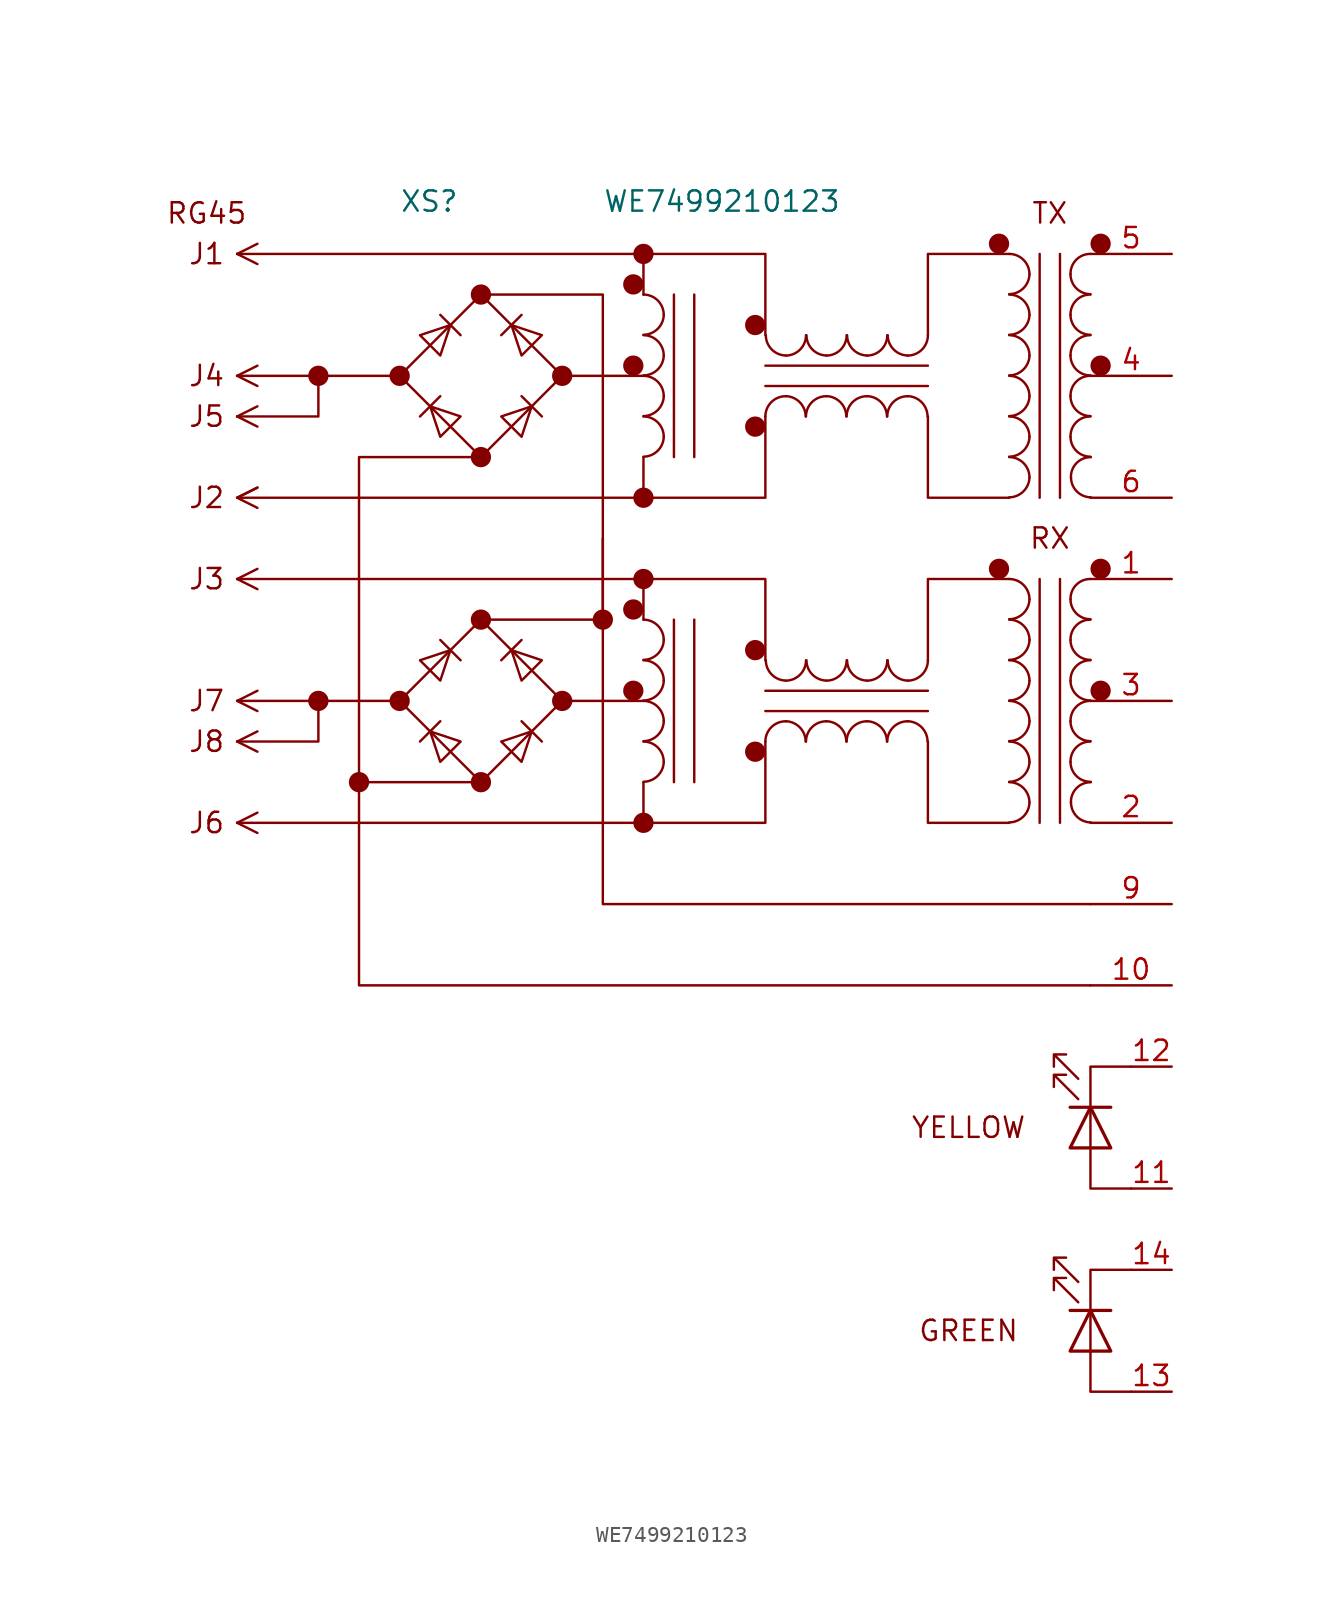
<source format=kicad_sym>
(kicad_symbol_lib
  (version 20220914)
  (generator kicad_symbol_editor)
  (symbol "WE7499210123"
    (pin_names
      (offset 1.016))
    (property "Reference" "XS"
      (at 10.16 2.54 0)
      (effects (font (size 1.27 1.27)) (justify left bottom)))
    (property "Value" "WE7499210123"
      (at 22.86 2.54 0)
      (effects (font (size 1.27 1.27)) (justify left bottom)))
    (symbol "WE7499210123_0_0"
      (polyline (pts (xy 0 -35.56) (xy 1.27 -36.195)) (stroke (width 0) (type solid)) (fill (type none)))
      (polyline (pts (xy 0 -35.56) (xy 1.27 -34.925)) (stroke (width 0) (type solid)) (fill (type none)))
      (polyline (pts (xy 0 -30.48) (xy 1.27 -31.115)) (stroke (width 0) (type solid)) (fill (type none)))
      (polyline (pts (xy 0 -30.48) (xy 1.27 -29.845)) (stroke (width 0) (type solid)) (fill (type none)))
      (polyline (pts (xy 0 -27.94) (xy 1.27 -28.575)) (stroke (width 0) (type solid)) (fill (type none)))
      (polyline (pts (xy 0 -27.94) (xy 1.27 -27.305)) (stroke (width 0) (type solid)) (fill (type none)))
      (polyline (pts (xy 0 -20.32) (xy 1.27 -20.955)) (stroke (width 0) (type solid)) (fill (type none)))
      (polyline (pts (xy 0 -20.32) (xy 1.27 -19.685)) (stroke (width 0) (type solid)) (fill (type none)))
      (polyline (pts (xy 0 -15.24) (xy 1.27 -14.605)) (stroke (width 0) (type solid)) (fill (type none)))
      (polyline (pts (xy 0 -10.16) (xy 1.27 -10.795)) (stroke (width 0) (type solid)) (fill (type none)))
      (polyline (pts (xy 0 -10.16) (xy 1.27 -9.525)) (stroke (width 0) (type solid)) (fill (type none)))
      (polyline (pts (xy 0 -7.62) (xy 1.27 -8.255)) (stroke (width 0) (type solid)) (fill (type none)))
      (polyline (pts (xy 0 -7.62) (xy 1.27 -6.985)) (stroke (width 0) (type solid)) (fill (type none)))
      (polyline (pts (xy 0 0) (xy 1.27 -0.635)) (stroke (width 0) (type solid)) (fill (type none)))
      (polyline (pts (xy 0 0) (xy 1.27 0.635)) (stroke (width 0) (type solid)) (fill (type none)))
      (polyline (pts (xy 10.16 -27.94) (xy 0 -27.94)) (stroke (width 0) (type solid)) (fill (type none)))
      (polyline (pts (xy 0 -30.48) (xy 5.08 -30.48) (xy 5.08 -27.94)) (stroke (width 0) (type solid)) (fill (type none)))
      (polyline (pts (xy 1.27 -14.605) (xy 0 -15.24) (xy 1.27 -15.875)) (stroke (width 0) (type solid)) (fill (type none)))
      (polyline (pts (xy 5.08 -7.62) (xy 5.08 -10.16) (xy 0 -10.16)) (stroke (width 0) (type solid)) (fill (type none)))
      (text "GREEN" (at 45.72 -67.31 0) (effects (font (size 1.27 1.27))))
      (text "J1" (at -1.905 0 0) (effects (font (size 1.27 1.27))))
      (text "J2" (at -1.905 -15.24 0) (effects (font (size 1.27 1.27))))
      (text "J3" (at -1.905 -20.32 0) (effects (font (size 1.27 1.27))))
      (text "J4" (at -1.905 -7.62 0) (effects (font (size 1.27 1.27))))
      (text "J5" (at -1.905 -10.16 0) (effects (font (size 1.27 1.27))))
      (text "J6" (at -1.905 -35.56 0) (effects (font (size 1.27 1.27))))
      (text "J7" (at -1.905 -27.94 0) (effects (font (size 1.27 1.27))))
      (text "J8" (at -1.905 -30.48 0) (effects (font (size 1.27 1.27))))
      (text "RG45" (at -1.905 2.54 0) (effects (font (size 1.27 1.27))))
      (text "YELLOW" (at 45.72 -54.61 0) (effects (font (size 1.27 1.27)))))
    (symbol "WE7499210123_0_1"
      (polyline (pts (xy 55.88 -63.5) (xy 53.34 -63.5) (xy 53.34 -71.12) (xy 55.88 -71.12)) (stroke (width 0) (type solid)) (fill (type none)))
      (polyline (pts (xy 55.88 -50.8) (xy 53.34 -50.8) (xy 53.34 -58.42) (xy 55.88 -58.42)) (stroke (width 0) (type solid)) (fill (type none))))
    (symbol "WE7499210123_1_1"
      (polyline (pts (xy 5.08 -7.62) (xy 5.08 -7.62)) (stroke (width 0) (type solid)) (fill (type none)))
      (polyline (pts (xy 10.16 -7.62) (xy 0 -7.62)) (stroke (width 0) (type solid)) (fill (type none)))
      (polyline (pts (xy 11.43 -30.48) (xy 12.7 -29.21)) (stroke (width 0) (type solid)) (fill (type none)))
      (polyline (pts (xy 11.43 -10.16) (xy 12.7 -8.89)) (stroke (width 0) (type solid)) (fill (type none)))
      (polyline (pts (xy 13.97 -25.4) (xy 12.7 -24.13)) (stroke (width 0) (type solid)) (fill (type none)))
      (polyline (pts (xy 13.97 -5.08) (xy 12.7 -3.81)) (stroke (width 0) (type solid)) (fill (type none)))
      (polyline (pts (xy 15.24 -33.02) (xy 7.62 -33.02)) (stroke (width 0) (type solid)) (fill (type none)))
      (polyline (pts (xy 16.51 -25.4) (xy 17.78 -24.13)) (stroke (width 0) (type solid)) (fill (type none)))
      (polyline (pts (xy 16.51 -5.08) (xy 17.78 -3.81)) (stroke (width 0) (type solid)) (fill (type none)))
      (polyline (pts (xy 17.78 -29.21) (xy 19.05 -30.48)) (stroke (width 0) (type solid)) (fill (type none)))
      (polyline (pts (xy 17.78 -8.89) (xy 19.05 -10.16)) (stroke (width 0) (type solid)) (fill (type none)))
      (polyline (pts (xy 25.4 -35.56) (xy 25.4 -33.02)) (stroke (width 0) (type solid)) (fill (type none)))
      (polyline (pts (xy 25.4 -27.94) (xy 20.32 -27.94)) (stroke (width 0) (type solid)) (fill (type none)))
      (polyline (pts (xy 25.4 -22.86) (xy 25.4 -20.32)) (stroke (width 0) (type solid)) (fill (type none)))
      (polyline (pts (xy 25.4 -15.24) (xy 25.4 -12.7)) (stroke (width 0) (type solid)) (fill (type none)))
      (polyline (pts (xy 25.4 -7.62) (xy 20.32 -7.62)) (stroke (width 0) (type solid)) (fill (type none)))
      (polyline (pts (xy 25.4 -2.54) (xy 25.4 0)) (stroke (width 0) (type solid)) (fill (type none)))
      (polyline (pts (xy 27.305 -22.86) (xy 27.305 -33.02)) (stroke (width 0) (type solid)) (fill (type none)))
      (polyline (pts (xy 27.305 -2.54) (xy 27.305 -12.7)) (stroke (width 0) (type solid)) (fill (type none)))
      (polyline (pts (xy 28.575 -33.02) (xy 28.575 -22.86)) (stroke (width 0) (type solid)) (fill (type none)))
      (polyline (pts (xy 28.575 -12.7) (xy 28.575 -2.54)) (stroke (width 0) (type solid)) (fill (type none)))
      (polyline (pts (xy 33.02 -28.575) (xy 43.18 -28.575)) (stroke (width 0) (type solid)) (fill (type none)))
      (polyline (pts (xy 33.02 -8.255) (xy 43.18 -8.255)) (stroke (width 0) (type solid)) (fill (type none)))
      (polyline (pts (xy 43.18 -27.305) (xy 33.02 -27.305)) (stroke (width 0) (type solid)) (fill (type none)))
      (polyline (pts (xy 43.18 -6.985) (xy 33.02 -6.985)) (stroke (width 0) (type solid)) (fill (type none)))
      (polyline (pts (xy 50.165 -20.32) (xy 50.165 -35.56)) (stroke (width 0) (type solid)) (fill (type none)))
      (polyline (pts (xy 50.165 0) (xy 50.165 -15.24)) (stroke (width 0) (type solid)) (fill (type none)))
      (polyline (pts (xy 51.435 -35.56) (xy 51.435 -20.32)) (stroke (width 0) (type solid)) (fill (type none)))
      (polyline (pts (xy 51.435 -15.24) (xy 51.435 0)) (stroke (width 0) (type solid)) (fill (type none)))
      (polyline (pts (xy 52.07 -66.04) (xy 54.61 -66.04)) (stroke (width 0.203) (type solid)) (fill (type none)))
      (polyline (pts (xy 52.07 -53.34) (xy 54.61 -53.34)) (stroke (width 0.203) (type solid)) (fill (type none)))
      (polyline (pts (xy 0 -35.56) (xy 33.02 -35.56) (xy 33.02 -30.48)) (stroke (width 0) (type solid)) (fill (type none)))
      (polyline (pts (xy 0 -20.32) (xy 33.02 -20.32) (xy 33.02 -25.4)) (stroke (width 0) (type solid)) (fill (type none)))
      (polyline (pts (xy 0 -15.24) (xy 33.02 -15.24) (xy 33.02 -10.16)) (stroke (width 0) (type solid)) (fill (type none)))
      (polyline (pts (xy 0 0) (xy 33.02 0) (xy 33.02 -5.08)) (stroke (width 0) (type solid)) (fill (type none)))
      (polyline (pts (xy 15.24 -22.86) (xy 22.86 -22.86) (xy 22.86 -17.78)) (stroke (width 0) (type solid)) (fill (type none)))
      (polyline (pts (xy 43.18 -30.48) (xy 43.18 -35.56) (xy 48.26 -35.56)) (stroke (width 0) (type solid)) (fill (type none)))
      (polyline (pts (xy 43.18 -25.4) (xy 43.18 -20.32) (xy 48.26 -20.32)) (stroke (width 0) (type solid)) (fill (type none)))
      (polyline (pts (xy 43.18 -10.16) (xy 43.18 -15.24) (xy 48.26 -15.24)) (stroke (width 0) (type solid)) (fill (type none)))
      (polyline (pts (xy 43.18 -5.08) (xy 43.18 0) (xy 48.26 0)) (stroke (width 0) (type solid)) (fill (type none)))
      (polyline (pts (xy 12.7 -31.75) (xy 13.97 -30.48) (xy 12.065 -29.845) (xy 12.7 -31.75)) (stroke (width 0) (type solid)) (fill (type none)))
      (polyline (pts (xy 12.7 -26.67) (xy 11.43 -25.4) (xy 13.335 -24.765) (xy 12.7 -26.67)) (stroke (width 0) (type solid)) (fill (type none)))
      (polyline (pts (xy 12.7 -11.43) (xy 13.97 -10.16) (xy 12.065 -9.525) (xy 12.7 -11.43)) (stroke (width 0) (type solid)) (fill (type none)))
      (polyline (pts (xy 12.7 -6.35) (xy 11.43 -5.08) (xy 13.335 -4.445) (xy 12.7 -6.35)) (stroke (width 0) (type solid)) (fill (type none)))
      (polyline (pts (xy 15.24 -12.7) (xy 7.62 -12.7) (xy 7.62 -45.72) (xy 53.34 -45.72)) (stroke (width 0) (type solid)) (fill (type none)))
      (polyline (pts (xy 15.24 -2.54) (xy 22.86 -2.54) (xy 22.86 -40.64) (xy 53.34 -40.64)) (stroke (width 0) (type solid)) (fill (type none)))
      (polyline (pts (xy 16.51 -30.48) (xy 17.78 -31.75) (xy 18.415 -29.845) (xy 16.51 -30.48)) (stroke (width 0) (type solid)) (fill (type none)))
      (polyline (pts (xy 16.51 -10.16) (xy 17.78 -11.43) (xy 18.415 -9.525) (xy 16.51 -10.16)) (stroke (width 0) (type solid)) (fill (type none)))
      (polyline (pts (xy 17.145 -24.765) (xy 17.78 -26.67) (xy 19.05 -25.4) (xy 17.145 -24.765)) (stroke (width 0) (type solid)) (fill (type none)))
      (polyline (pts (xy 17.145 -4.445) (xy 17.78 -6.35) (xy 19.05 -5.08) (xy 17.145 -4.445)) (stroke (width 0) (type solid)) (fill (type none)))
      (polyline (pts (xy 52.07 -68.58) (xy 54.61 -68.58) (xy 53.34 -66.04) (xy 52.07 -68.58)) (stroke (width 0.203) (type solid)) (fill (type none)))
      (polyline (pts (xy 52.07 -55.88) (xy 54.61 -55.88) (xy 53.34 -53.34) (xy 52.07 -55.88)) (stroke (width 0.203) (type solid)) (fill (type none)))
      (polyline (pts (xy 15.24 -33.02) (xy 20.32 -27.94) (xy 15.24 -22.86) (xy 10.16 -27.94) (xy 15.24 -33.02)) (stroke (width 0) (type solid)) (fill (type none)))
      (polyline (pts (xy 15.24 -12.7) (xy 20.32 -7.62) (xy 15.24 -2.54) (xy 10.16 -7.62) (xy 15.24 -12.7)) (stroke (width 0) (type solid)) (fill (type none)))
      (polyline (pts (xy 52.578 -65.532) (xy 51.054 -64.008) (xy 51.054 -64.77) (xy 51.054 -64.008) (xy 51.816 -64.008)) (stroke (width 0) (type solid)) (fill (type none)))
      (polyline (pts (xy 52.578 -64.262) (xy 51.054 -62.738) (xy 51.054 -63.5) (xy 51.054 -62.738) (xy 51.816 -62.738)) (stroke (width 0) (type solid)) (fill (type none)))
      (polyline (pts (xy 52.578 -52.832) (xy 51.054 -51.308) (xy 51.054 -52.07) (xy 51.054 -51.308) (xy 51.816 -51.308)) (stroke (width 0) (type solid)) (fill (type none)))
      (polyline (pts (xy 52.578 -51.562) (xy 51.054 -50.038) (xy 51.054 -50.8) (xy 51.054 -50.038) (xy 51.816 -50.038)) (stroke (width 0) (type solid)) (fill (type none)))
      (circle (center 5.08 -27.94) (radius 0.0001) (stroke (width 0.635) (type solid)) (fill (type none)))
      (circle (center 5.08 -7.62) (radius 0.0001) (stroke (width 0.635) (type solid)) (fill (type none)))
      (circle (center 7.62 -33.02) (radius 0.0001) (stroke (width 0.635) (type solid)) (fill (type none)))
      (circle (center 10.16 -27.94) (radius 0.0001) (stroke (width 0.635) (type solid)) (fill (type none)))
      (circle (center 10.16 -7.62) (radius 0.0001) (stroke (width 0.635) (type solid)) (fill (type none)))
      (circle (center 15.24 -33.02) (radius 0.0001) (stroke (width 0.635) (type solid)) (fill (type none)))
      (circle (center 15.24 -22.86) (radius 0.0001) (stroke (width 0.635) (type solid)) (fill (type none)))
      (circle (center 15.24 -12.7) (radius 0.0001) (stroke (width 0.635) (type solid)) (fill (type none)))
      (circle (center 15.24 -2.54) (radius 0.0001) (stroke (width 0.635) (type solid)) (fill (type none)))
      (circle (center 20.32 -27.94) (radius 0.0001) (stroke (width 0.635) (type solid)) (fill (type none)))
      (circle (center 20.32 -7.62) (radius 0.0001) (stroke (width 0.635) (type solid)) (fill (type none)))
      (circle (center 22.86 -22.86) (radius 0.0001) (stroke (width 0.635) (type solid)) (fill (type none)))
      (circle (center 24.765 -27.305) (radius 0.0001) (stroke (width 0.635) (type solid)) (fill (type none)))
      (circle (center 24.765 -22.225) (radius 0.0001) (stroke (width 0.635) (type solid)) (fill (type none)))
      (circle (center 24.765 -6.985) (radius 0.0001) (stroke (width 0.635) (type solid)) (fill (type none)))
      (circle (center 24.765 -1.905) (radius 0.0001) (stroke (width 0.635) (type solid)) (fill (type none)))
      (circle (center 25.4 -35.56) (radius 0.0001) (stroke (width 0.635) (type solid)) (fill (type none)))
      (arc (start 25.4 -32.9946) (mid 26.2801 -32.6301) (end 26.67 -31.75) (stroke (width 0) (type solid)) (fill (type none)))
      (arc (start 25.4 -30.4546) (mid 26.2801 -30.0901) (end 26.67 -29.21) (stroke (width 0) (type solid)) (fill (type none)))
      (arc (start 25.4 -27.9146) (mid 26.2801 -27.5501) (end 26.67 -26.67) (stroke (width 0) (type solid)) (fill (type none)))
      (arc (start 25.4 -25.3746) (mid 26.2801 -25.0101) (end 26.67 -24.13) (stroke (width 0) (type solid)) (fill (type none)))
      (circle (center 25.4 -20.32) (radius 0.0001) (stroke (width 0.635) (type solid)) (fill (type none)))
      (circle (center 25.4 -15.24) (radius 0.0001) (stroke (width 0.635) (type solid)) (fill (type none)))
      (arc (start 25.4 -12.6746) (mid 26.2801 -12.3101) (end 26.67 -11.43) (stroke (width 0) (type solid)) (fill (type none)))
      (arc (start 25.4 -10.1346) (mid 26.2801 -9.7701) (end 26.67 -8.89) (stroke (width 0) (type solid)) (fill (type none)))
      (arc (start 25.4 -7.5946) (mid 26.2801 -7.2301) (end 26.67 -6.35) (stroke (width 0) (type solid)) (fill (type none)))
      (arc (start 25.4 -5.0546) (mid 26.2801 -4.6901) (end 26.67 -3.81) (stroke (width 0) (type solid)) (fill (type none)))
      (circle (center 25.4 0) (radius 0.0001) (stroke (width 0.635) (type solid)) (fill (type none)))
      (arc (start 26.67 -31.75) (mid 26.298 -30.852) (end 25.4 -30.48) (stroke (width 0) (type solid)) (fill (type none)))
      (arc (start 26.67 -29.21) (mid 26.298 -28.312) (end 25.4 -27.94) (stroke (width 0) (type solid)) (fill (type none)))
      (arc (start 26.67 -26.67) (mid 26.298 -25.772) (end 25.4 -25.4) (stroke (width 0) (type solid)) (fill (type none)))
      (arc (start 26.67 -24.13) (mid 26.298 -23.232) (end 25.4 -22.86) (stroke (width 0) (type solid)) (fill (type none)))
      (arc (start 26.67 -11.43) (mid 26.298 -10.532) (end 25.4 -10.16) (stroke (width 0) (type solid)) (fill (type none)))
      (arc (start 26.67 -8.89) (mid 26.298 -7.992) (end 25.4 -7.62) (stroke (width 0) (type solid)) (fill (type none)))
      (arc (start 26.67 -6.35) (mid 26.298 -5.452) (end 25.4 -5.08) (stroke (width 0) (type solid)) (fill (type none)))
      (arc (start 26.67 -3.81) (mid 26.298 -2.912) (end 25.4 -2.54) (stroke (width 0) (type solid)) (fill (type none)))
      (circle (center 32.385 -31.115) (radius 0.0001) (stroke (width 0.635) (type solid)) (fill (type none)))
      (circle (center 32.385 -24.765) (radius 0.0001) (stroke (width 0.635) (type solid)) (fill (type none)))
      (circle (center 32.385 -10.795) (radius 0.0001) (stroke (width 0.635) (type solid)) (fill (type none)))
      (circle (center 32.385 -4.445) (radius 0.0001) (stroke (width 0.635) (type solid)) (fill (type none)))
      (arc (start 33.0454 -25.4) (mid 33.4099 -26.2801) (end 34.29 -26.67) (stroke (width 0) (type solid)) (fill (type none)))
      (arc (start 33.0454 -5.08) (mid 33.4099 -5.9601) (end 34.29 -6.35) (stroke (width 0) (type solid)) (fill (type none)))
      (arc (start 34.29 -29.21) (mid 33.392 -29.582) (end 33.02 -30.48) (stroke (width 0) (type solid)) (fill (type none)))
      (arc (start 34.29 -26.67) (mid 35.188 -26.298) (end 35.56 -25.4) (stroke (width 0) (type solid)) (fill (type none)))
      (arc (start 34.29 -8.89) (mid 33.392 -9.262) (end 33.02 -10.16) (stroke (width 0) (type solid)) (fill (type none)))
      (arc (start 34.29 -6.35) (mid 35.188 -5.978) (end 35.56 -5.08) (stroke (width 0) (type solid)) (fill (type none)))
      (arc (start 35.5346 -30.48) (mid 35.1701 -29.5999) (end 34.29 -29.21) (stroke (width 0) (type solid)) (fill (type none)))
      (arc (start 35.5346 -10.16) (mid 35.1701 -9.2799) (end 34.29 -8.89) (stroke (width 0) (type solid)) (fill (type none)))
      (arc (start 35.5854 -25.4) (mid 35.9499 -26.2801) (end 36.83 -26.67) (stroke (width 0) (type solid)) (fill (type none)))
      (arc (start 35.5854 -5.08) (mid 35.9499 -5.9601) (end 36.83 -6.35) (stroke (width 0) (type solid)) (fill (type none)))
      (arc (start 36.83 -29.21) (mid 35.932 -29.582) (end 35.56 -30.48) (stroke (width 0) (type solid)) (fill (type none)))
      (arc (start 36.83 -26.67) (mid 37.728 -26.298) (end 38.1 -25.4) (stroke (width 0) (type solid)) (fill (type none)))
      (arc (start 36.83 -8.89) (mid 35.932 -9.262) (end 35.56 -10.16) (stroke (width 0) (type solid)) (fill (type none)))
      (arc (start 36.83 -6.35) (mid 37.728 -5.978) (end 38.1 -5.08) (stroke (width 0) (type solid)) (fill (type none)))
      (arc (start 38.0746 -30.48) (mid 37.7101 -29.5999) (end 36.83 -29.21) (stroke (width 0) (type solid)) (fill (type none)))
      (arc (start 38.0746 -10.16) (mid 37.7101 -9.2799) (end 36.83 -8.89) (stroke (width 0) (type solid)) (fill (type none)))
      (arc (start 38.1254 -25.4) (mid 38.4899 -26.2801) (end 39.37 -26.67) (stroke (width 0) (type solid)) (fill (type none)))
      (arc (start 38.1254 -5.08) (mid 38.4899 -5.9601) (end 39.37 -6.35) (stroke (width 0) (type solid)) (fill (type none)))
      (arc (start 39.37 -29.21) (mid 38.472 -29.582) (end 38.1 -30.48) (stroke (width 0) (type solid)) (fill (type none)))
      (arc (start 39.37 -26.67) (mid 40.268 -26.298) (end 40.64 -25.4) (stroke (width 0) (type solid)) (fill (type none)))
      (arc (start 39.37 -8.89) (mid 38.472 -9.262) (end 38.1 -10.16) (stroke (width 0) (type solid)) (fill (type none)))
      (arc (start 39.37 -6.35) (mid 40.268 -5.978) (end 40.64 -5.08) (stroke (width 0) (type solid)) (fill (type none)))
      (arc (start 40.6146 -30.48) (mid 40.2501 -29.5999) (end 39.37 -29.21) (stroke (width 0) (type solid)) (fill (type none)))
      (arc (start 40.6146 -10.16) (mid 40.2501 -9.2799) (end 39.37 -8.89) (stroke (width 0) (type solid)) (fill (type none)))
      (arc (start 40.6654 -25.4) (mid 41.0299 -26.2801) (end 41.91 -26.67) (stroke (width 0) (type solid)) (fill (type none)))
      (arc (start 40.6654 -5.08) (mid 41.0299 -5.9601) (end 41.91 -6.35) (stroke (width 0) (type solid)) (fill (type none)))
      (arc (start 41.91 -29.21) (mid 41.012 -29.582) (end 40.64 -30.48) (stroke (width 0) (type solid)) (fill (type none)))
      (arc (start 41.91 -26.67) (mid 42.808 -26.298) (end 43.18 -25.4) (stroke (width 0) (type solid)) (fill (type none)))
      (arc (start 41.91 -8.89) (mid 41.012 -9.262) (end 40.64 -10.16) (stroke (width 0) (type solid)) (fill (type none)))
      (arc (start 41.91 -6.35) (mid 42.808 -5.978) (end 43.18 -5.08) (stroke (width 0) (type solid)) (fill (type none)))
      (arc (start 43.1546 -30.48) (mid 42.7901 -29.5999) (end 41.91 -29.21) (stroke (width 0) (type solid)) (fill (type none)))
      (arc (start 43.1546 -10.16) (mid 42.7901 -9.2799) (end 41.91 -8.89) (stroke (width 0) (type solid)) (fill (type none)))
      (circle (center 47.625 -19.685) (radius 0.0001) (stroke (width 0.635) (type solid)) (fill (type none)))
      (circle (center 47.625 0.635) (radius 0.0001) (stroke (width 0.635) (type solid)) (fill (type none)))
      (arc (start 48.26 -35.5346) (mid 49.1401 -35.1701) (end 49.53 -34.29) (stroke (width 0) (type solid)) (fill (type none)))
      (arc (start 48.26 -32.9946) (mid 49.1401 -32.6301) (end 49.53 -31.75) (stroke (width 0) (type solid)) (fill (type none)))
      (arc (start 48.26 -30.4546) (mid 49.1401 -30.0901) (end 49.53 -29.21) (stroke (width 0) (type solid)) (fill (type none)))
      (arc (start 48.26 -27.9146) (mid 49.1401 -27.5501) (end 49.53 -26.67) (stroke (width 0) (type solid)) (fill (type none)))
      (arc (start 48.26 -25.3746) (mid 49.1401 -25.0101) (end 49.53 -24.13) (stroke (width 0) (type solid)) (fill (type none)))
      (arc (start 48.26 -22.8346) (mid 49.1401 -22.4701) (end 49.53 -21.59) (stroke (width 0) (type solid)) (fill (type none)))
      (arc (start 48.26 -15.2146) (mid 49.1401 -14.8501) (end 49.53 -13.97) (stroke (width 0) (type solid)) (fill (type none)))
      (arc (start 48.26 -12.6746) (mid 49.1401 -12.3101) (end 49.53 -11.43) (stroke (width 0) (type solid)) (fill (type none)))
      (arc (start 48.26 -10.1346) (mid 49.1401 -9.7701) (end 49.53 -8.89) (stroke (width 0) (type solid)) (fill (type none)))
      (arc (start 48.26 -7.5946) (mid 49.1401 -7.2301) (end 49.53 -6.35) (stroke (width 0) (type solid)) (fill (type none)))
      (arc (start 48.26 -5.0546) (mid 49.1401 -4.6901) (end 49.53 -3.81) (stroke (width 0) (type solid)) (fill (type none)))
      (arc (start 48.26 -2.5146) (mid 49.1401 -2.1501) (end 49.53 -1.27) (stroke (width 0) (type solid)) (fill (type none)))
      (arc (start 49.53 -34.29) (mid 49.158 -33.392) (end 48.26 -33.02) (stroke (width 0) (type solid)) (fill (type none)))
      (arc (start 49.53 -31.75) (mid 49.158 -30.852) (end 48.26 -30.48) (stroke (width 0) (type solid)) (fill (type none)))
      (arc (start 49.53 -29.21) (mid 49.158 -28.312) (end 48.26 -27.94) (stroke (width 0) (type solid)) (fill (type none)))
      (arc (start 49.53 -26.67) (mid 49.158 -25.772) (end 48.26 -25.4) (stroke (width 0) (type solid)) (fill (type none)))
      (arc (start 49.53 -24.13) (mid 49.158 -23.232) (end 48.26 -22.86) (stroke (width 0) (type solid)) (fill (type none)))
      (arc (start 49.53 -21.59) (mid 49.158 -20.692) (end 48.26 -20.32) (stroke (width 0) (type solid)) (fill (type none)))
      (arc (start 49.53 -13.97) (mid 49.158 -13.072) (end 48.26 -12.7) (stroke (width 0) (type solid)) (fill (type none)))
      (arc (start 49.53 -11.43) (mid 49.158 -10.532) (end 48.26 -10.16) (stroke (width 0) (type solid)) (fill (type none)))
      (arc (start 49.53 -8.89) (mid 49.158 -7.992) (end 48.26 -7.62) (stroke (width 0) (type solid)) (fill (type none)))
      (arc (start 49.53 -6.35) (mid 49.158 -5.452) (end 48.26 -5.08) (stroke (width 0) (type solid)) (fill (type none)))
      (arc (start 49.53 -3.81) (mid 49.158 -2.912) (end 48.26 -2.54) (stroke (width 0) (type solid)) (fill (type none)))
      (arc (start 49.53 -1.27) (mid 49.158 -0.372) (end 48.26 0) (stroke (width 0) (type solid)) (fill (type none)))
      (arc (start 52.0954 -31.75) (mid 52.4599 -32.6301) (end 53.34 -32.9946) (stroke (width 0) (type solid)) (fill (type none)))
      (arc (start 52.0954 -29.21) (mid 52.4599 -30.0901) (end 53.34 -30.4546) (stroke (width 0) (type solid)) (fill (type none)))
      (arc (start 52.0954 -26.67) (mid 52.4599 -27.5501) (end 53.34 -27.9146) (stroke (width 0) (type solid)) (fill (type none)))
      (arc (start 52.0954 -24.13) (mid 52.4599 -25.0101) (end 53.34 -25.3746) (stroke (width 0) (type solid)) (fill (type none)))
      (arc (start 52.0954 -21.59) (mid 52.4599 -22.4701) (end 53.34 -22.8346) (stroke (width 0) (type solid)) (fill (type none)))
      (arc (start 52.0954 -11.43) (mid 52.4599 -12.3101) (end 53.34 -12.6746) (stroke (width 0) (type solid)) (fill (type none)))
      (arc (start 52.0954 -8.89) (mid 52.4599 -9.7701) (end 53.34 -10.1346) (stroke (width 0) (type solid)) (fill (type none)))
      (arc (start 52.0954 -6.35) (mid 52.4599 -7.2301) (end 53.34 -7.5946) (stroke (width 0) (type solid)) (fill (type none)))
      (arc (start 52.0954 -3.81) (mid 52.4599 -4.6901) (end 53.34 -5.0546) (stroke (width 0) (type solid)) (fill (type none)))
      (arc (start 52.0954 -1.27) (mid 52.4599 -2.1501) (end 53.34 -2.5146) (stroke (width 0) (type solid)) (fill (type none)))
      (arc (start 52.1208 -34.29) (mid 52.4853 -35.1701) (end 53.3654 -35.5346) (stroke (width 0) (type solid)) (fill (type none)))
      (arc (start 52.1208 -13.97) (mid 52.4853 -14.8501) (end 53.3654 -15.2146) (stroke (width 0) (type solid)) (fill (type none)))
      (arc (start 53.34 -30.48) (mid 52.442 -30.852) (end 52.0954 -31.75) (stroke (width 0) (type solid)) (fill (type none)))
      (arc (start 53.34 -27.94) (mid 52.442 -28.312) (end 52.0954 -29.21) (stroke (width 0) (type solid)) (fill (type none)))
      (arc (start 53.34 -25.4) (mid 52.442 -25.772) (end 52.0954 -26.67) (stroke (width 0) (type solid)) (fill (type none)))
      (arc (start 53.34 -22.86) (mid 52.442 -23.232) (end 52.0954 -24.13) (stroke (width 0) (type solid)) (fill (type none)))
      (arc (start 53.34 -20.32) (mid 52.442 -20.692) (end 52.0954 -21.59) (stroke (width 0) (type solid)) (fill (type none)))
      (arc (start 53.34 -10.16) (mid 52.442 -10.532) (end 52.0954 -11.43) (stroke (width 0) (type solid)) (fill (type none)))
      (arc (start 53.34 -7.62) (mid 52.442 -7.992) (end 52.0954 -8.89) (stroke (width 0) (type solid)) (fill (type none)))
      (arc (start 53.34 -5.08) (mid 52.442 -5.452) (end 52.0954 -6.35) (stroke (width 0) (type solid)) (fill (type none)))
      (arc (start 53.34 -2.54) (mid 52.442 -2.912) (end 52.0954 -3.81) (stroke (width 0) (type solid)) (fill (type none)))
      (arc (start 53.34 0) (mid 52.442 -0.372) (end 52.0954 -1.27) (stroke (width 0) (type solid)) (fill (type none)))
      (arc (start 53.3654 -33.02) (mid 52.4674 -33.392) (end 52.1208 -34.29) (stroke (width 0) (type solid)) (fill (type none)))
      (arc (start 53.3654 -12.7) (mid 52.4674 -13.072) (end 52.1208 -13.97) (stroke (width 0) (type solid)) (fill (type none)))
      (circle (center 53.975 -27.305) (radius 0.0001) (stroke (width 0.635) (type solid)) (fill (type none)))
      (circle (center 53.975 -19.685) (radius 0.0001) (stroke (width 0.635) (type solid)) (fill (type none)))
      (circle (center 53.975 -6.985) (radius 0.0001) (stroke (width 0.635) (type solid)) (fill (type none)))
      (circle (center 53.975 0.635) (radius 0.0001) (stroke (width 0.635) (type solid)) (fill (type none)))
      (text "RX" (at 50.8 -17.78 0) (effects (font (size 1.27 1.27))))
      (text "TX" (at 50.8 2.54 0) (effects (font (size 1.27 1.27))))
      (pin passive line (at 58.42 -20.32 180) (length 5.08) (name "~" (effects (font (size 1.27 1.27)))) (number "1" (effects (font (size 1.27 1.27)))))
      (pin power_out line (at 58.42 -45.72 180) (length 5.08) (name "~" (effects (font (size 1.27 1.27)))) (number "10" (effects (font (size 1.27 1.27)))))
      (pin passive line (at 58.42 -58.42 180) (length 2.54) (name "~" (effects (font (size 1.27 1.27)))) (number "11" (effects (font (size 1.27 1.27)))))
      (pin passive line (at 58.42 -50.8 180) (length 2.54) (name "~" (effects (font (size 1.27 1.27)))) (number "12" (effects (font (size 1.27 1.27)))))
      (pin passive line (at 58.42 -71.12 180) (length 2.54) (name "~" (effects (font (size 1.27 1.27)))) (number "13" (effects (font (size 1.27 1.27)))))
      (pin passive line (at 58.42 -63.5 180) (length 2.54) (name "~" (effects (font (size 1.27 1.27)))) (number "14" (effects (font (size 1.27 1.27)))))
      (pin passive line (at 58.42 -35.56 180) (length 5.08) (name "~" (effects (font (size 1.27 1.27)))) (number "2" (effects (font (size 1.27 1.27)))))
      (pin passive line (at 58.42 -27.94 180) (length 5.08) (name "~" (effects (font (size 1.27 1.27)))) (number "3" (effects (font (size 1.27 1.27)))))
      (pin passive line (at 58.42 -7.62 180) (length 5.08) (name "~" (effects (font (size 1.27 1.27)))) (number "4" (effects (font (size 1.27 1.27)))))
      (pin passive line (at 58.42 0 180) (length 5.08) (name "~" (effects (font (size 1.27 1.27)))) (number "5" (effects (font (size 1.27 1.27)))))
      (pin passive line (at 58.42 -15.24 180) (length 5.08) (name "~" (effects (font (size 1.27 1.27)))) (number "6" (effects (font (size 1.27 1.27)))))
      (pin power_out line (at 58.42 -40.64 180) (length 5.08) (name "~" (effects (font (size 1.27 1.27)))) (number "9" (effects (font (size 1.27 1.27))))))))
</source>
